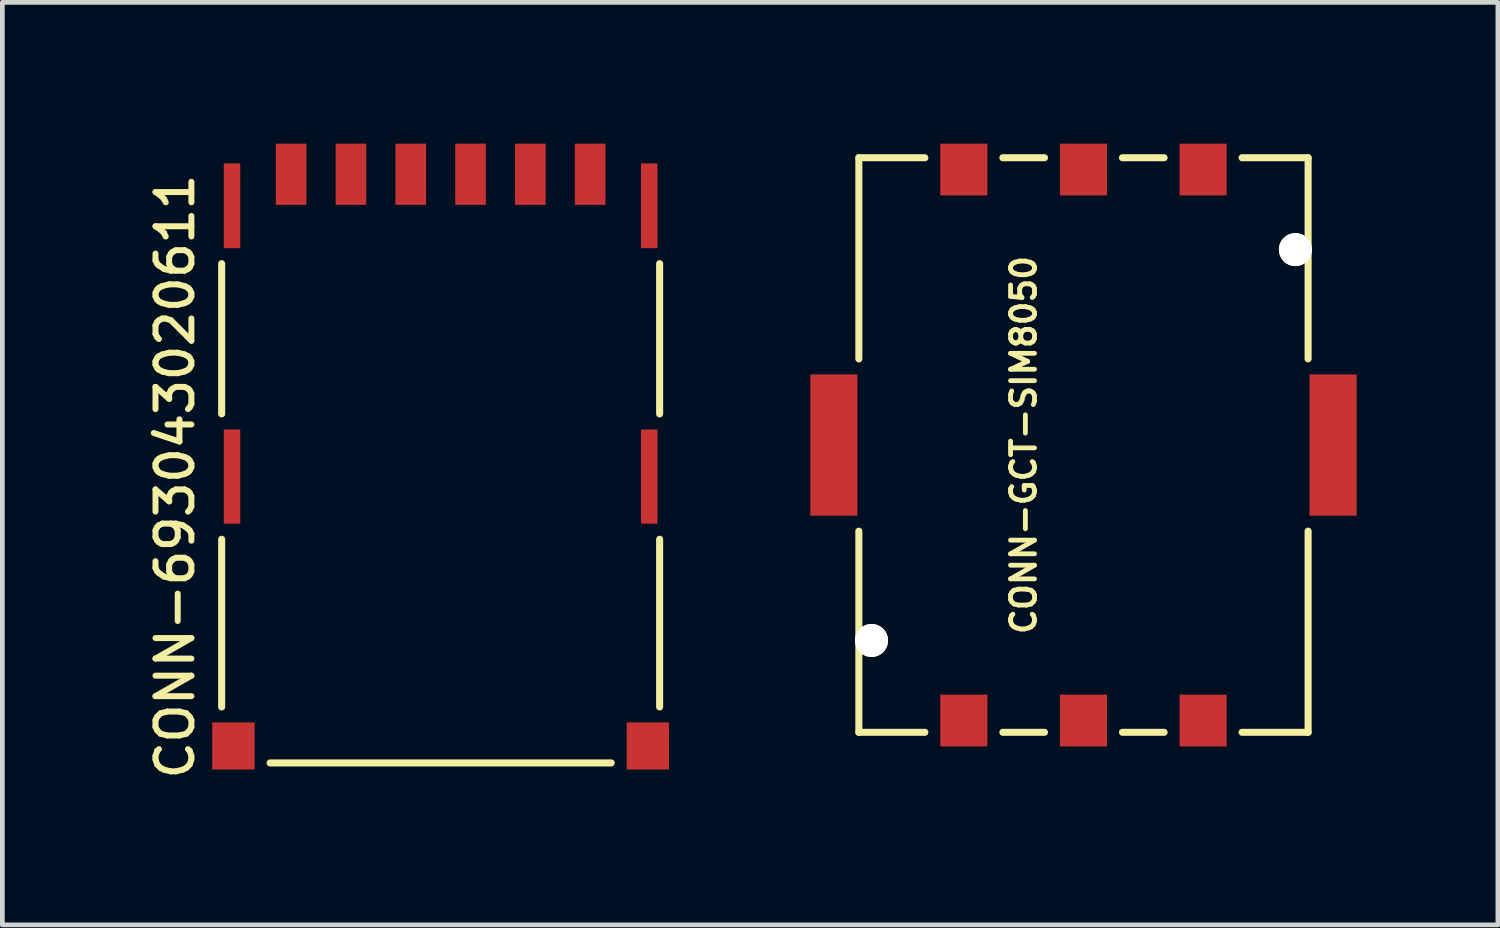
<source format=kicad_pcb>
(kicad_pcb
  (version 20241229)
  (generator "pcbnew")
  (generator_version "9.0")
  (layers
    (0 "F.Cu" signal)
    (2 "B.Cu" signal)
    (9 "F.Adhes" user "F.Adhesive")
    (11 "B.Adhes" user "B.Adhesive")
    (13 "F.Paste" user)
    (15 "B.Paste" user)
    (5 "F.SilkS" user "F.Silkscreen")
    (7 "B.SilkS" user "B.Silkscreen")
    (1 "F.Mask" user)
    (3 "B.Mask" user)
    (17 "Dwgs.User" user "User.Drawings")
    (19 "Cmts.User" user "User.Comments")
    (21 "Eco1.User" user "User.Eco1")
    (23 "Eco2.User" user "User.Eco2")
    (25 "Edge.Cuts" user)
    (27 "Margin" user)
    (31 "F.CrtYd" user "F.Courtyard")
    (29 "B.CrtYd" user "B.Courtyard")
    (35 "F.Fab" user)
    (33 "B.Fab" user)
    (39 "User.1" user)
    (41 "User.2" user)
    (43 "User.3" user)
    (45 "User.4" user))
  (footprint "CONN-693043020611"
    (layer "F.Cu")
    (at 6.307 7.07)
    (property "Reference" "CONN-693043020611" (at -5.639 0 90) (layer "F.SilkS") (effects (font (size 0.762 0.762) (thickness 0.127))))
    (attr through_hole)
    (fp_line (start -4.65 -1.331) (end -4.65 -4.521) (stroke (width 0.15) (type solid)) (layer "F.SilkS"))
    (fp_line (start -4.65 4.892) (end -4.65 1.331) (stroke (width 0.15) (type solid)) (layer "F.SilkS"))
    (fp_line (start -3.622 6.08) (end 3.622 6.08) (stroke (width 0.15) (type solid)) (layer "F.SilkS"))
    (fp_line (start 4.65 -1.331) (end 4.65 -4.521) (stroke (width 0.15) (type solid)) (layer "F.SilkS"))
    (fp_line (start 4.65 4.892) (end 4.65 1.331) (stroke (width 0.15) (type solid)) (layer "F.SilkS"))
    (pad "0" smd rect (at -4.43 -5.75) (size 0.35 1.8) (layers "F.Cu" "F.Mask" "F.Paste"))
    (pad "0" smd rect (at -4.43 0) (size 0.35 2) (layers "F.Cu" "F.Mask" "F.Paste"))
    (pad "0" smd rect (at -4.4 5.72) (size 0.9 1) (layers "F.Cu" "F.Mask" "F.Paste"))
    (pad "0" smd rect (at 4.4 5.72) (size 0.9 1) (layers "F.Cu" "F.Mask" "F.Paste"))
    (pad "0" smd rect (at 4.43 -5.75) (size 0.35 1.8) (layers "F.Cu" "F.Mask" "F.Paste"))
    (pad "0" smd rect (at 4.43 0) (size 0.35 2) (layers "F.Cu" "F.Mask" "F.Paste"))
    (pad "1" smd rect (at -1.905 -6.42) (size 0.65 1.3) (layers "F.Cu" "F.Mask" "F.Paste"))
    (pad "2" smd rect (at 0.635 -6.42) (size 0.65 1.3) (layers "F.Cu" "F.Mask" "F.Paste"))
    (pad "3" smd rect (at 1.905 -6.42) (size 0.65 1.3) (layers "F.Cu" "F.Mask" "F.Paste"))
    (pad "5" smd rect (at -3.175 -6.42) (size 0.65 1.3) (layers "F.Cu" "F.Mask" "F.Paste"))
    (pad "6" smd rect (at -0.635 -6.42) (size 0.65 1.3) (layers "F.Cu" "F.Mask" "F.Paste"))
    (pad "7" smd rect (at 3.175 -6.42) (size 0.65 1.3) (layers "F.Cu" "F.Mask" "F.Paste")))
  (footprint "CONN-GCT-SIM8050"
    (layer "F.Cu")
    (at 19.957 6.4)
    (property "Reference" "CONN-GCT-SIM8050" (at -1.27 0 90) (layer "F.SilkS") (effects (font (size 0.508 0.508) (thickness 0.102))))
    (attr through_hole)
    (fp_line (start -4.77 -6.1) (end -4.77 -1.829) (stroke (width 0.15) (type solid)) (layer "F.SilkS"))
    (fp_line (start -4.77 -6.1) (end -3.368 -6.1) (stroke (width 0.15) (type solid)) (layer "F.SilkS"))
    (fp_line (start -4.77 1.829) (end -4.77 6.1) (stroke (width 0.15) (type solid)) (layer "F.SilkS"))
    (fp_line (start -4.77 6.1) (end -3.368 6.1) (stroke (width 0.15) (type solid)) (layer "F.SilkS"))
    (fp_line (start -0.828 -6.1) (end -1.712 -6.1) (stroke (width 0.15) (type solid)) (layer "F.SilkS"))
    (fp_line (start -0.828 6.1) (end -1.712 6.1) (stroke (width 0.15) (type solid)) (layer "F.SilkS"))
    (fp_line (start 0.828 -6.1) (end 1.712 -6.1) (stroke (width 0.15) (type solid)) (layer "F.SilkS"))
    (fp_line (start 0.828 6.1) (end 1.712 6.1) (stroke (width 0.15) (type solid)) (layer "F.SilkS"))
    (fp_line (start 4.77 -6.1) (end 3.368 -6.1) (stroke (width 0.15) (type solid)) (layer "F.SilkS"))
    (fp_line (start 4.77 -6.1) (end 4.77 -1.829) (stroke (width 0.15) (type solid)) (layer "F.SilkS"))
    (fp_line (start 4.77 1.829) (end 4.77 6.1) (stroke (width 0.15) (type solid)) (layer "F.SilkS"))
    (fp_line (start 4.77 6.1) (end 3.368 6.1) (stroke (width 0.15) (type solid)) (layer "F.SilkS"))
    (pad "" np_thru_hole circle (at -4.5 4.15) (size 0.7 0.7) (drill 0.7) (layers "*.Cu" "*.Mask" "F.SilkS"))
    (pad "" np_thru_hole circle (at 4.5 -4.15) (size 0.7 0.7) (drill 0.7) (layers "*.Cu" "*.Mask" "F.SilkS"))
    (pad "0" smd rect (at -5.3 0) (size 1 3) (layers "F.Cu" "F.Mask" "F.Paste"))
    (pad "0" smd rect (at 5.3 0) (size 1 3) (layers "F.Cu" "F.Mask" "F.Paste"))
    (pad "1" smd rect (at 2.54 5.85) (size 1 1.1) (layers "F.Cu" "F.Mask" "F.Paste"))
    (pad "2" smd rect (at 0 5.85) (size 1 1.1) (layers "F.Cu" "F.Mask" "F.Paste"))
    (pad "3" smd rect (at -2.54 5.85) (size 1 1.1) (layers "F.Cu" "F.Mask" "F.Paste"))
    (pad "5" smd rect (at 2.54 -5.85) (size 1 1.1) (layers "F.Cu" "F.Mask" "F.Paste"))
    (pad "6" smd rect (at 0 -5.85) (size 1 1.1) (layers "F.Cu" "F.Mask" "F.Paste"))
    (pad "7" smd rect (at -2.54 -5.85) (size 1 1.1) (layers "F.Cu" "F.Mask" "F.Paste")))
  (gr_rect
    (start -3 -3)
    (end 28.757 16.589)
    (stroke (width 0.1) (type default))
    (fill no)
    (layer "Edge.Cuts")))
</source>
